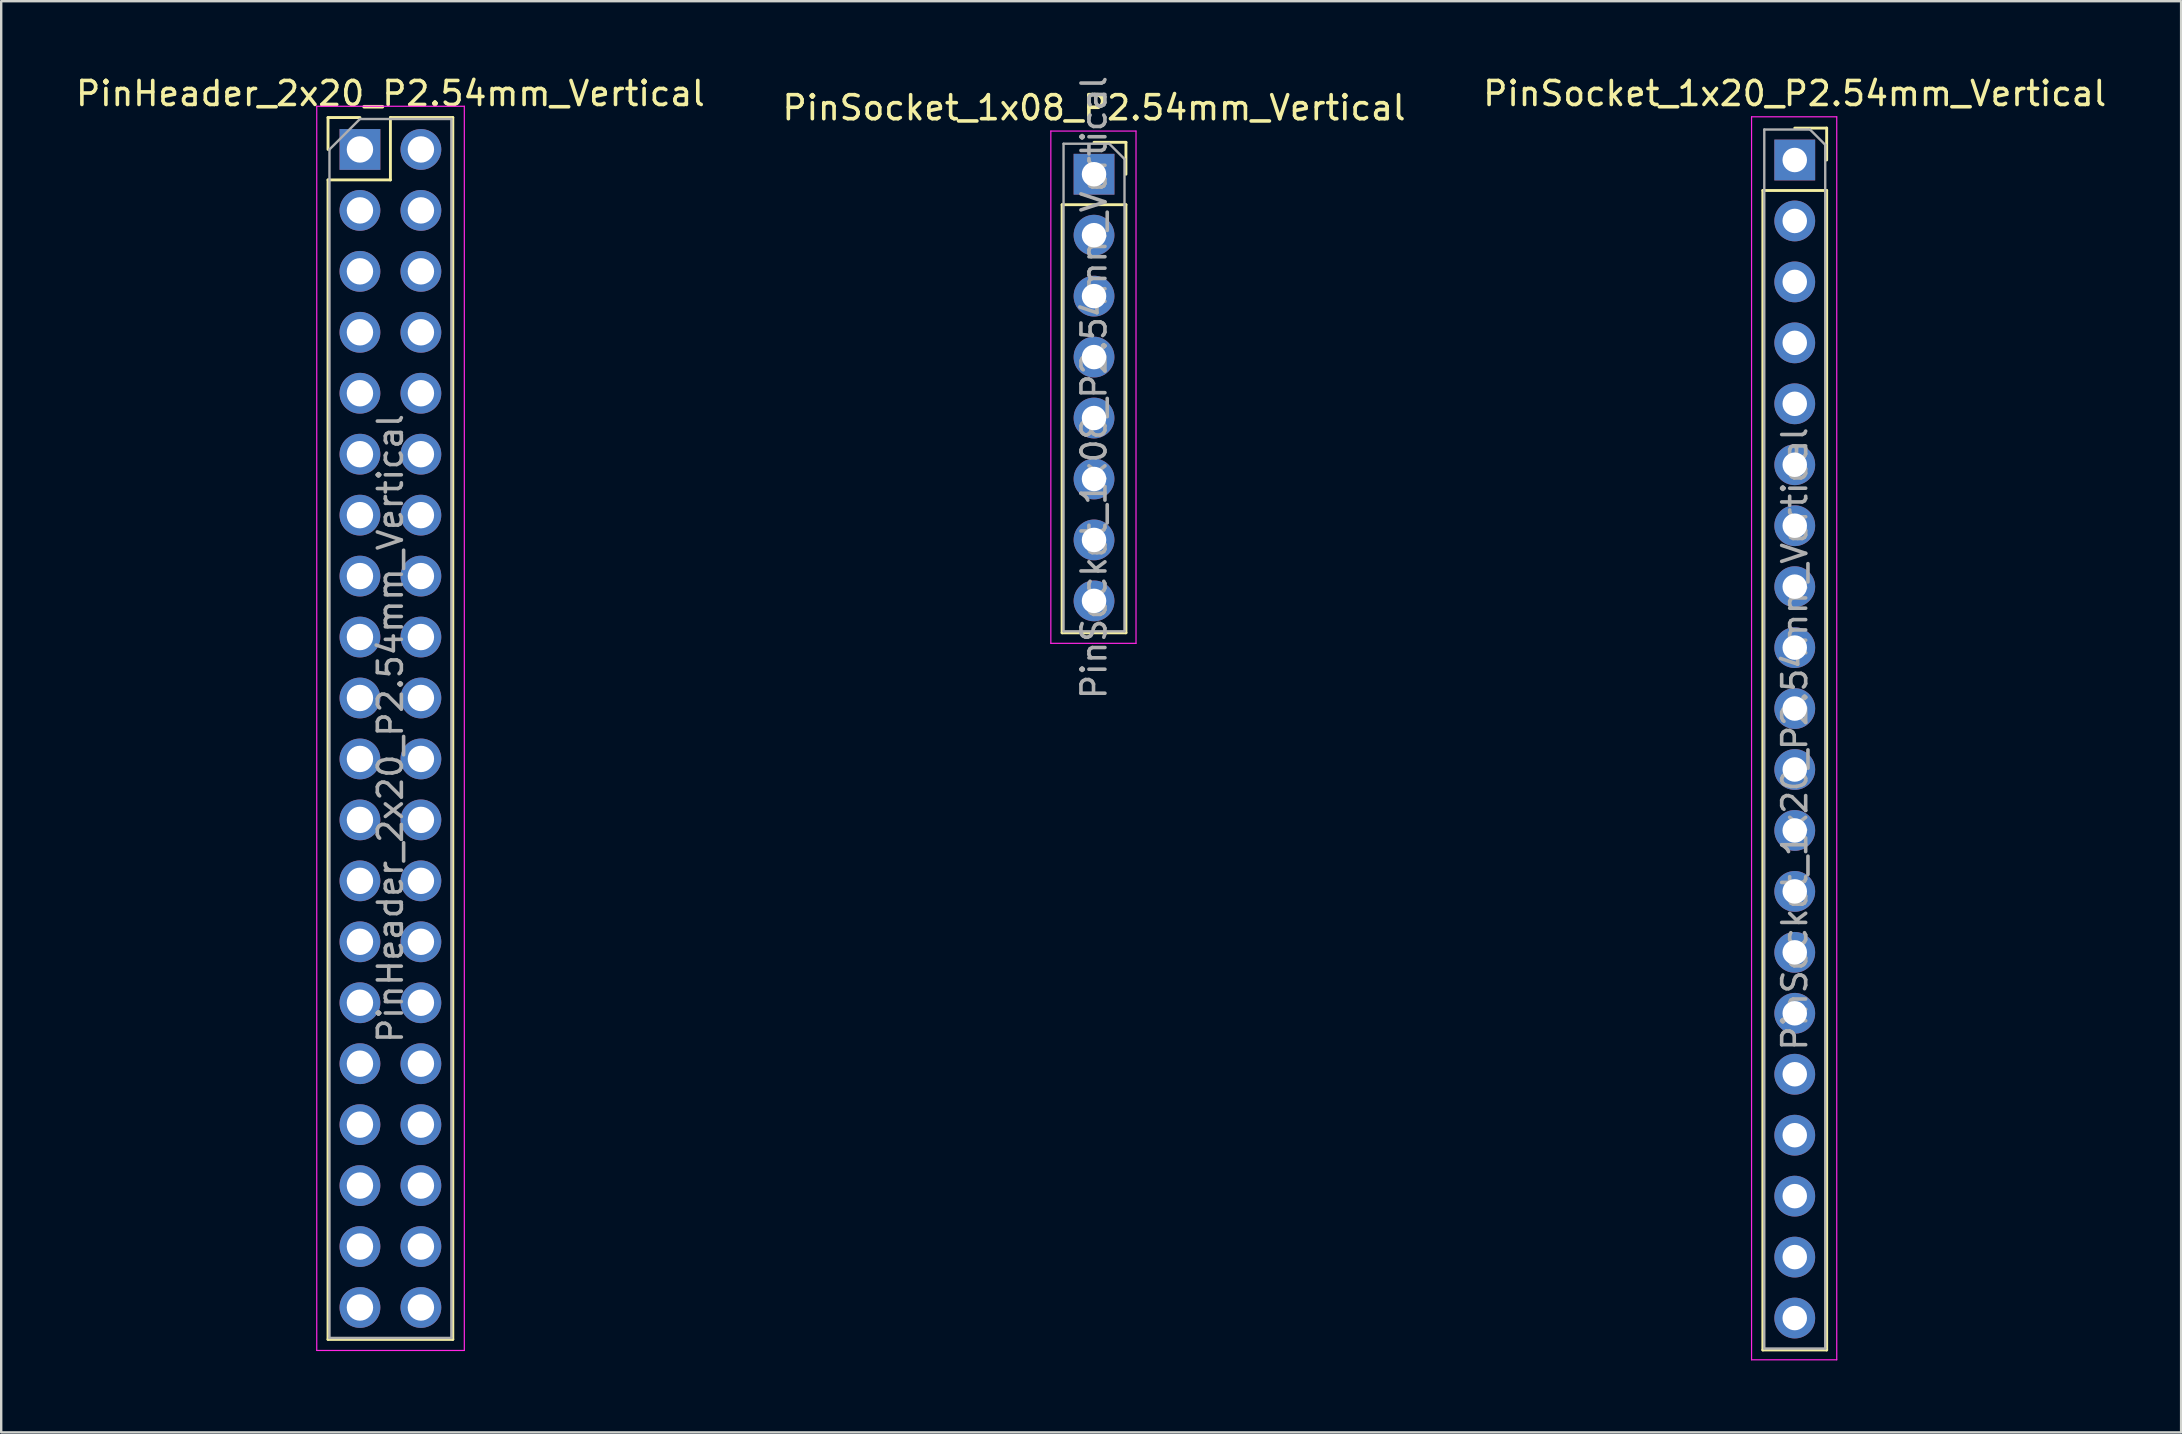
<source format=kicad_pcb>
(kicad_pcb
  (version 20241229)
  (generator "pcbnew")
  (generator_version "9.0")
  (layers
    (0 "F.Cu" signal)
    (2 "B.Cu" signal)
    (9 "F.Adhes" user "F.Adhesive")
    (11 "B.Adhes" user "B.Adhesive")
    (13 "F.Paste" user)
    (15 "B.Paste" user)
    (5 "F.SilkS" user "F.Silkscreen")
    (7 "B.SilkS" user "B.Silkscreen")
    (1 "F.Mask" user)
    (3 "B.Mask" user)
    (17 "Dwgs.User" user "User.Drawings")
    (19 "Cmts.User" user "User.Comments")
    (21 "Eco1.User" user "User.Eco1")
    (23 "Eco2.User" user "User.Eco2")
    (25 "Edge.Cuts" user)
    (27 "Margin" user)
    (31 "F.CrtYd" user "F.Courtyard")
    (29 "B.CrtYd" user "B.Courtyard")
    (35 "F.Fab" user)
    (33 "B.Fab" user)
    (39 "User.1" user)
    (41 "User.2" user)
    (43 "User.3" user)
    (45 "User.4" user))
  (footprint "PinSocket_1x08_P2.54mm_Vertical"
    (layer "F.Cu")
    (at 42.542 4.211)
    (property "Reference" "PinSocket_1x08_P2.54mm_Vertical" (at 0 -2.77 0) (layer "F.SilkS") (effects (font (size 1 1) (thickness 0.15))))
    (attr through_hole)
    (fp_line (start -1.33 1.27) (end -1.33 19.11) (stroke (width 0.12) (type solid)) (layer "F.SilkS"))
    (fp_line (start -1.33 1.27) (end 1.33 1.27) (stroke (width 0.12) (type solid)) (layer "F.SilkS"))
    (fp_line (start -1.33 19.11) (end 1.33 19.11) (stroke (width 0.12) (type solid)) (layer "F.SilkS"))
    (fp_line (start 0 -1.33) (end 1.33 -1.33) (stroke (width 0.12) (type solid)) (layer "F.SilkS"))
    (fp_line (start 1.33 -1.33) (end 1.33 0) (stroke (width 0.12) (type solid)) (layer "F.SilkS"))
    (fp_line (start 1.33 1.27) (end 1.33 19.11) (stroke (width 0.12) (type solid)) (layer "F.SilkS"))
    (fp_line (start -1.8 -1.8) (end 1.75 -1.8) (stroke (width 0.05) (type solid)) (layer "F.CrtYd"))
    (fp_line (start -1.8 19.55) (end -1.8 -1.8) (stroke (width 0.05) (type solid)) (layer "F.CrtYd"))
    (fp_line (start 1.75 -1.8) (end 1.75 19.55) (stroke (width 0.05) (type solid)) (layer "F.CrtYd"))
    (fp_line (start 1.75 19.55) (end -1.8 19.55) (stroke (width 0.05) (type solid)) (layer "F.CrtYd"))
    (fp_line (start -1.27 -1.27) (end 0.635 -1.27) (stroke (width 0.1) (type solid)) (layer "F.Fab"))
    (fp_line (start -1.27 19.05) (end -1.27 -1.27) (stroke (width 0.1) (type solid)) (layer "F.Fab"))
    (fp_line (start 0.635 -1.27) (end 1.27 -0.635) (stroke (width 0.1) (type solid)) (layer "F.Fab"))
    (fp_line (start 1.27 -0.635) (end 1.27 19.05) (stroke (width 0.1) (type solid)) (layer "F.Fab"))
    (fp_line (start 1.27 19.05) (end -1.27 19.05) (stroke (width 0.1) (type solid)) (layer "F.Fab"))
    (fp_text user "${REFERENCE}" (at 0 8.89 90) (layer "F.Fab") (effects (font (size 1 1) (thickness 0.15))))
    (pad "1" thru_hole rect (at 0 0) (size 1.7 1.7) (drill 1.02) (layers "*.Cu" "*.Mask"))
    (pad "2" thru_hole oval (at 0 2.54) (size 1.7 1.7) (drill 1.02) (layers "*.Cu" "*.Mask"))
    (pad "3" thru_hole oval (at 0 5.08) (size 1.7 1.7) (drill 1.02) (layers "*.Cu" "*.Mask"))
    (pad "4" thru_hole oval (at 0 7.62) (size 1.7 1.7) (drill 1.02) (layers "*.Cu" "*.Mask"))
    (pad "5" thru_hole oval (at 0 10.16) (size 1.7 1.7) (drill 1.02) (layers "*.Cu" "*.Mask"))
    (pad "6" thru_hole oval (at 0 12.7) (size 1.7 1.7) (drill 1.02) (layers "*.Cu" "*.Mask"))
    (pad "7" thru_hole oval (at 0 15.24) (size 1.7 1.7) (drill 1.02) (layers "*.Cu" "*.Mask"))
    (pad "8" thru_hole oval (at 0 17.78) (size 1.7 1.7) (drill 1.02) (layers "*.Cu" "*.Mask")))
  (footprint "PinHeader_2x20_P2.54mm_Vertical"
    (layer "F.Cu")
    (at 11.95 3.178)
    (property "Reference" "PinHeader_2x20_P2.54mm_Vertical" (at 1.27 -2.33 0) (layer "F.SilkS") (effects (font (size 1 1) (thickness 0.15))))
    (attr through_hole)
    (fp_line (start -1.33 -1.33) (end 0 -1.33) (stroke (width 0.12) (type solid)) (layer "F.SilkS"))
    (fp_line (start -1.33 0) (end -1.33 -1.33) (stroke (width 0.12) (type solid)) (layer "F.SilkS"))
    (fp_line (start -1.33 1.27) (end -1.33 49.59) (stroke (width 0.12) (type solid)) (layer "F.SilkS"))
    (fp_line (start -1.33 1.27) (end 1.27 1.27) (stroke (width 0.12) (type solid)) (layer "F.SilkS"))
    (fp_line (start -1.33 49.59) (end 3.87 49.59) (stroke (width 0.12) (type solid)) (layer "F.SilkS"))
    (fp_line (start 1.27 -1.33) (end 3.87 -1.33) (stroke (width 0.12) (type solid)) (layer "F.SilkS"))
    (fp_line (start 1.27 1.27) (end 1.27 -1.33) (stroke (width 0.12) (type solid)) (layer "F.SilkS"))
    (fp_line (start 3.87 -1.33) (end 3.87 49.59) (stroke (width 0.12) (type solid)) (layer "F.SilkS"))
    (fp_line (start -1.8 -1.8) (end -1.8 50.05) (stroke (width 0.05) (type solid)) (layer "F.CrtYd"))
    (fp_line (start -1.8 50.05) (end 4.35 50.05) (stroke (width 0.05) (type solid)) (layer "F.CrtYd"))
    (fp_line (start 4.35 -1.8) (end -1.8 -1.8) (stroke (width 0.05) (type solid)) (layer "F.CrtYd"))
    (fp_line (start 4.35 50.05) (end 4.35 -1.8) (stroke (width 0.05) (type solid)) (layer "F.CrtYd"))
    (fp_line (start -1.27 0) (end 0 -1.27) (stroke (width 0.1) (type solid)) (layer "F.Fab"))
    (fp_line (start -1.27 49.53) (end -1.27 0) (stroke (width 0.1) (type solid)) (layer "F.Fab"))
    (fp_line (start 0 -1.27) (end 3.81 -1.27) (stroke (width 0.1) (type solid)) (layer "F.Fab"))
    (fp_line (start 3.81 -1.27) (end 3.81 49.53) (stroke (width 0.1) (type solid)) (layer "F.Fab"))
    (fp_line (start 3.81 49.53) (end -1.27 49.53) (stroke (width 0.1) (type solid)) (layer "F.Fab"))
    (fp_text user "${REFERENCE}" (at 1.27 24.13 90) (layer "F.Fab") (effects (font (size 1 1) (thickness 0.15))))
    (pad "1" thru_hole rect (at 0 0) (size 1.7 1.7) (drill 1.1) (layers "*.Cu" "*.Mask"))
    (pad "2" thru_hole oval (at 2.54 0) (size 1.7 1.7) (drill 1.1) (layers "*.Cu" "*.Mask"))
    (pad "3" thru_hole oval (at 0 2.54) (size 1.7 1.7) (drill 1.1) (layers "*.Cu" "*.Mask"))
    (pad "4" thru_hole oval (at 2.54 2.54) (size 1.7 1.7) (drill 1.1) (layers "*.Cu" "*.Mask"))
    (pad "5" thru_hole oval (at 0 5.08) (size 1.7 1.7) (drill 1.1) (layers "*.Cu" "*.Mask"))
    (pad "6" thru_hole oval (at 2.54 5.08) (size 1.7 1.7) (drill 1.1) (layers "*.Cu" "*.Mask"))
    (pad "7" thru_hole oval (at 0 7.62) (size 1.7 1.7) (drill 1.1) (layers "*.Cu" "*.Mask"))
    (pad "8" thru_hole oval (at 2.54 7.62) (size 1.7 1.7) (drill 1.1) (layers "*.Cu" "*.Mask"))
    (pad "9" thru_hole oval (at 0 10.16) (size 1.7 1.7) (drill 1.1) (layers "*.Cu" "*.Mask"))
    (pad "10" thru_hole oval (at 2.54 10.16) (size 1.7 1.7) (drill 1.1) (layers "*.Cu" "*.Mask"))
    (pad "11" thru_hole oval (at 0 12.7) (size 1.7 1.7) (drill 1.1) (layers "*.Cu" "*.Mask"))
    (pad "12" thru_hole oval (at 2.54 12.7) (size 1.7 1.7) (drill 1.1) (layers "*.Cu" "*.Mask"))
    (pad "13" thru_hole oval (at 0 15.24) (size 1.7 1.7) (drill 1.1) (layers "*.Cu" "*.Mask"))
    (pad "14" thru_hole oval (at 2.54 15.24) (size 1.7 1.7) (drill 1.1) (layers "*.Cu" "*.Mask"))
    (pad "15" thru_hole oval (at 0 17.78) (size 1.7 1.7) (drill 1.1) (layers "*.Cu" "*.Mask"))
    (pad "16" thru_hole oval (at 2.54 17.78) (size 1.7 1.7) (drill 1.1) (layers "*.Cu" "*.Mask"))
    (pad "17" thru_hole oval (at 0 20.32) (size 1.7 1.7) (drill 1.1) (layers "*.Cu" "*.Mask"))
    (pad "18" thru_hole oval (at 2.54 20.32) (size 1.7 1.7) (drill 1.1) (layers "*.Cu" "*.Mask"))
    (pad "19" thru_hole oval (at 0 22.86) (size 1.7 1.7) (drill 1.1) (layers "*.Cu" "*.Mask"))
    (pad "20" thru_hole oval (at 2.54 22.86) (size 1.7 1.7) (drill 1.1) (layers "*.Cu" "*.Mask"))
    (pad "21" thru_hole oval (at 0 25.4) (size 1.7 1.7) (drill 1.1) (layers "*.Cu" "*.Mask"))
    (pad "22" thru_hole oval (at 2.54 25.4) (size 1.7 1.7) (drill 1.1) (layers "*.Cu" "*.Mask"))
    (pad "23" thru_hole oval (at 0 27.94) (size 1.7 1.7) (drill 1.1) (layers "*.Cu" "*.Mask"))
    (pad "24" thru_hole oval (at 2.54 27.94) (size 1.7 1.7) (drill 1.1) (layers "*.Cu" "*.Mask"))
    (pad "25" thru_hole oval (at 0 30.48) (size 1.7 1.7) (drill 1.1) (layers "*.Cu" "*.Mask"))
    (pad "26" thru_hole oval (at 2.54 30.48) (size 1.7 1.7) (drill 1.1) (layers "*.Cu" "*.Mask"))
    (pad "27" thru_hole oval (at 0 33.02) (size 1.7 1.7) (drill 1.1) (layers "*.Cu" "*.Mask"))
    (pad "28" thru_hole oval (at 2.54 33.02) (size 1.7 1.7) (drill 1.1) (layers "*.Cu" "*.Mask"))
    (pad "29" thru_hole oval (at 0 35.56) (size 1.7 1.7) (drill 1.1) (layers "*.Cu" "*.Mask"))
    (pad "30" thru_hole oval (at 2.54 35.56) (size 1.7 1.7) (drill 1.1) (layers "*.Cu" "*.Mask"))
    (pad "31" thru_hole oval (at 0 38.1) (size 1.7 1.7) (drill 1.1) (layers "*.Cu" "*.Mask"))
    (pad "32" thru_hole oval (at 2.54 38.1) (size 1.7 1.7) (drill 1.1) (layers "*.Cu" "*.Mask"))
    (pad "33" thru_hole oval (at 0 40.64) (size 1.7 1.7) (drill 1.1) (layers "*.Cu" "*.Mask"))
    (pad "34" thru_hole oval (at 2.54 40.64) (size 1.7 1.7) (drill 1.1) (layers "*.Cu" "*.Mask"))
    (pad "35" thru_hole oval (at 0 43.18) (size 1.7 1.7) (drill 1.1) (layers "*.Cu" "*.Mask"))
    (pad "36" thru_hole oval (at 2.54 43.18) (size 1.7 1.7) (drill 1.1) (layers "*.Cu" "*.Mask"))
    (pad "37" thru_hole oval (at 0 45.72) (size 1.7 1.7) (drill 1.1) (layers "*.Cu" "*.Mask"))
    (pad "38" thru_hole oval (at 2.54 45.72) (size 1.7 1.7) (drill 1.1) (layers "*.Cu" "*.Mask"))
    (pad "39" thru_hole oval (at 0 48.26) (size 1.7 1.7) (drill 1.1) (layers "*.Cu" "*.Mask"))
    (pad "40" thru_hole oval (at 2.54 48.26) (size 1.7 1.7) (drill 1.1) (layers "*.Cu" "*.Mask")))
  (footprint "PinSocket_1x20_P2.54mm_Vertical"
    (layer "F.Cu")
    (at 71.744 3.618)
    (property "Reference" "PinSocket_1x20_P2.54mm_Vertical" (at 0 -2.77 0) (layer "F.SilkS") (effects (font (size 1 1) (thickness 0.15))))
    (attr through_hole)
    (fp_line (start -1.33 1.27) (end -1.33 49.59) (stroke (width 0.12) (type solid)) (layer "F.SilkS"))
    (fp_line (start -1.33 1.27) (end 1.33 1.27) (stroke (width 0.12) (type solid)) (layer "F.SilkS"))
    (fp_line (start -1.33 49.59) (end 1.33 49.59) (stroke (width 0.12) (type solid)) (layer "F.SilkS"))
    (fp_line (start 0 -1.33) (end 1.33 -1.33) (stroke (width 0.12) (type solid)) (layer "F.SilkS"))
    (fp_line (start 1.33 -1.33) (end 1.33 0) (stroke (width 0.12) (type solid)) (layer "F.SilkS"))
    (fp_line (start 1.33 1.27) (end 1.33 49.59) (stroke (width 0.12) (type solid)) (layer "F.SilkS"))
    (fp_line (start -1.8 -1.8) (end 1.75 -1.8) (stroke (width 0.05) (type solid)) (layer "F.CrtYd"))
    (fp_line (start -1.8 50) (end -1.8 -1.8) (stroke (width 0.05) (type solid)) (layer "F.CrtYd"))
    (fp_line (start 1.75 -1.8) (end 1.75 50) (stroke (width 0.05) (type solid)) (layer "F.CrtYd"))
    (fp_line (start 1.75 50) (end -1.8 50) (stroke (width 0.05) (type solid)) (layer "F.CrtYd"))
    (fp_line (start -1.27 -1.27) (end 0.635 -1.27) (stroke (width 0.1) (type solid)) (layer "F.Fab"))
    (fp_line (start -1.27 49.53) (end -1.27 -1.27) (stroke (width 0.1) (type solid)) (layer "F.Fab"))
    (fp_line (start 0.635 -1.27) (end 1.27 -0.635) (stroke (width 0.1) (type solid)) (layer "F.Fab"))
    (fp_line (start 1.27 -0.635) (end 1.27 49.53) (stroke (width 0.1) (type solid)) (layer "F.Fab"))
    (fp_line (start 1.27 49.53) (end -1.27 49.53) (stroke (width 0.1) (type solid)) (layer "F.Fab"))
    (fp_text user "${REFERENCE}" (at 0 24.13 90) (layer "F.Fab") (effects (font (size 1 1) (thickness 0.15))))
    (pad "1" thru_hole rect (at 0 0) (size 1.7 1.7) (drill 1.02) (layers "*.Cu" "*.Mask"))
    (pad "2" thru_hole oval (at 0 2.54) (size 1.7 1.7) (drill 1.02) (layers "*.Cu" "*.Mask"))
    (pad "3" thru_hole oval (at 0 5.08) (size 1.7 1.7) (drill 1.02) (layers "*.Cu" "*.Mask"))
    (pad "4" thru_hole oval (at 0 7.62) (size 1.7 1.7) (drill 1.02) (layers "*.Cu" "*.Mask"))
    (pad "5" thru_hole oval (at 0 10.16) (size 1.7 1.7) (drill 1.02) (layers "*.Cu" "*.Mask"))
    (pad "6" thru_hole oval (at 0 12.7) (size 1.7 1.7) (drill 1.02) (layers "*.Cu" "*.Mask"))
    (pad "7" thru_hole oval (at 0 15.24) (size 1.7 1.7) (drill 1.02) (layers "*.Cu" "*.Mask"))
    (pad "8" thru_hole oval (at 0 17.78) (size 1.7 1.7) (drill 1.02) (layers "*.Cu" "*.Mask"))
    (pad "9" thru_hole oval (at 0 20.32) (size 1.7 1.7) (drill 1.02) (layers "*.Cu" "*.Mask"))
    (pad "10" thru_hole oval (at 0 22.86) (size 1.7 1.7) (drill 1.02) (layers "*.Cu" "*.Mask"))
    (pad "11" thru_hole oval (at 0 25.4) (size 1.7 1.7) (drill 1.02) (layers "*.Cu" "*.Mask"))
    (pad "12" thru_hole oval (at 0 27.94) (size 1.7 1.7) (drill 1.02) (layers "*.Cu" "*.Mask"))
    (pad "13" thru_hole oval (at 0 30.48) (size 1.7 1.7) (drill 1.02) (layers "*.Cu" "*.Mask"))
    (pad "14" thru_hole oval (at 0 33.02) (size 1.7 1.7) (drill 1.02) (layers "*.Cu" "*.Mask"))
    (pad "15" thru_hole oval (at 0 35.56) (size 1.7 1.7) (drill 1.02) (layers "*.Cu" "*.Mask"))
    (pad "16" thru_hole oval (at 0 38.1) (size 1.7 1.7) (drill 1.02) (layers "*.Cu" "*.Mask"))
    (pad "17" thru_hole oval (at 0 40.64) (size 1.7 1.7) (drill 1.02) (layers "*.Cu" "*.Mask"))
    (pad "18" thru_hole oval (at 0 43.18) (size 1.7 1.7) (drill 1.02) (layers "*.Cu" "*.Mask"))
    (pad "19" thru_hole oval (at 0 45.72) (size 1.7 1.7) (drill 1.02) (layers "*.Cu" "*.Mask"))
    (pad "20" thru_hole oval (at 0 48.26) (size 1.7 1.7) (drill 1.02) (layers "*.Cu" "*.Mask")))
  (gr_rect
    (start -3 -3)
    (end 87.845 56.643)
    (stroke (width 0.1) (type default))
    (fill no)
    (layer "Edge.Cuts")))
</source>
